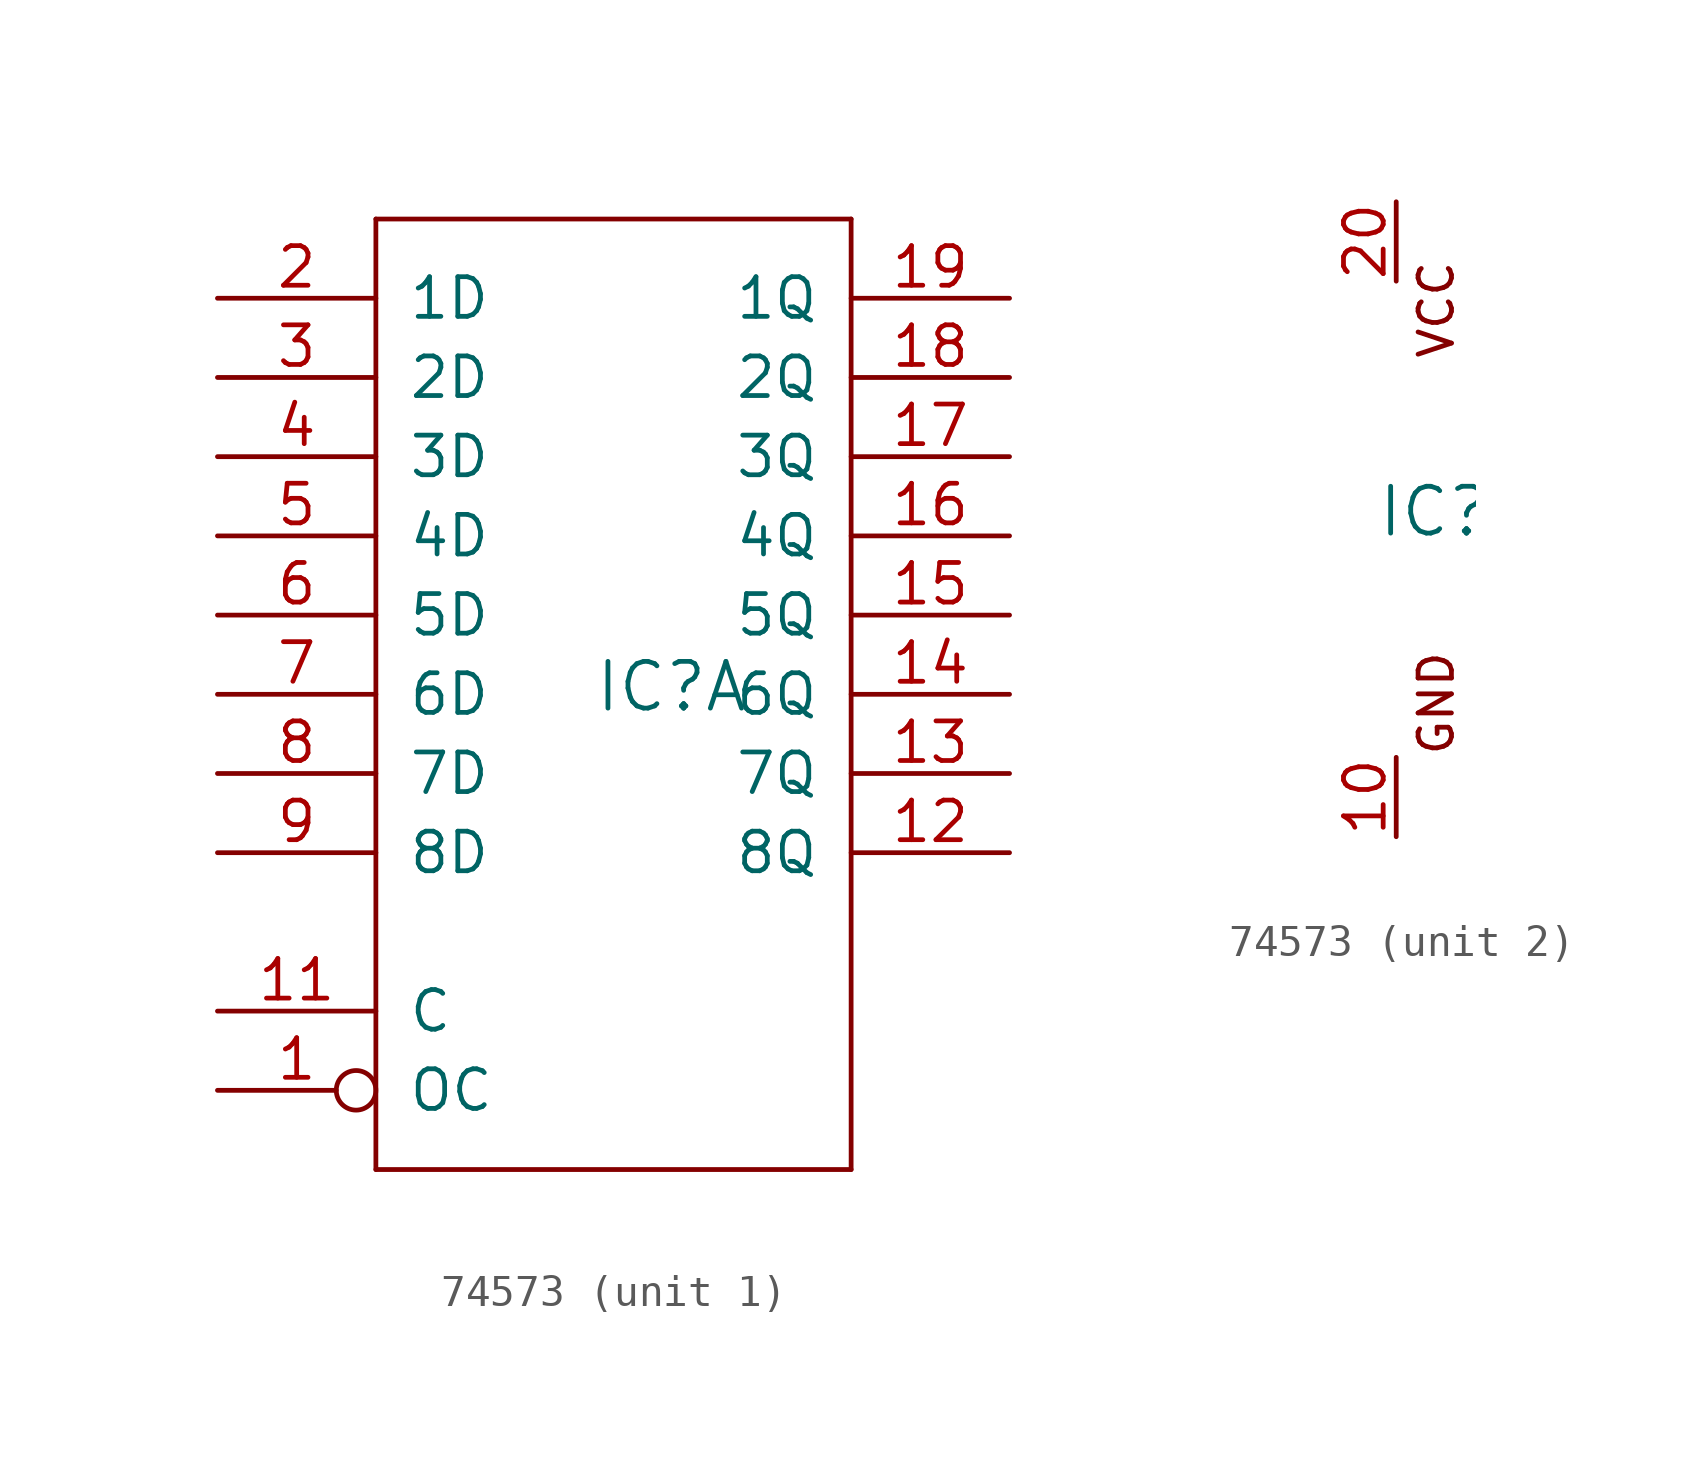
<source format=kicad_sym>
(kicad_symbol_lib
  (version 20211014)
  (generator kicad_symbol_editor)
  (symbol "74573"
    (pin_names
      (offset 1.016))
    (property "Reference" "IC"
      (at -0.635 -0.635 0)
      (effects (font (size 1.499 1.499)) (justify left bottom)))
    (property "ki_locked" ""
      (at 0 0 0)
      (effects (font (size 1.27 1.27))))
    (symbol "74573_1_0"
      (polyline (pts (xy -7.62 -15.24) (xy 7.62 -15.24)) (stroke (width 0) (type default) (color 0 0 0 0)) (fill (type none)))
      (polyline (pts (xy -7.62 15.24) (xy -7.62 -15.24)) (stroke (width 0) (type default) (color 0 0 0 0)) (fill (type none)))
      (polyline (pts (xy 7.62 -15.24) (xy 7.62 15.24)) (stroke (width 0) (type default) (color 0 0 0 0)) (fill (type none)))
      (polyline (pts (xy 7.62 15.24) (xy -7.62 15.24)) (stroke (width 0) (type default) (color 0 0 0 0)) (fill (type none)))
      (pin input inverted (at -12.7 -12.7 0) (length 5.08) (name "OC" (effects (font (size 1.27 1.27)))) (number "1" (effects (font (size 1.27 1.27)))))
      (pin input line (at -12.7 -10.16 0) (length 5.08) (name "C" (effects (font (size 1.27 1.27)))) (number "11" (effects (font (size 1.27 1.27)))))
      (pin tri_state line (at 12.7 -5.08 180) (length 5.08) (name "8Q" (effects (font (size 1.27 1.27)))) (number "12" (effects (font (size 1.27 1.27)))))
      (pin tri_state line (at 12.7 -2.54 180) (length 5.08) (name "7Q" (effects (font (size 1.27 1.27)))) (number "13" (effects (font (size 1.27 1.27)))))
      (pin tri_state line (at 12.7 0 180) (length 5.08) (name "6Q" (effects (font (size 1.27 1.27)))) (number "14" (effects (font (size 1.27 1.27)))))
      (pin tri_state line (at 12.7 2.54 180) (length 5.08) (name "5Q" (effects (font (size 1.27 1.27)))) (number "15" (effects (font (size 1.27 1.27)))))
      (pin tri_state line (at 12.7 5.08 180) (length 5.08) (name "4Q" (effects (font (size 1.27 1.27)))) (number "16" (effects (font (size 1.27 1.27)))))
      (pin tri_state line (at 12.7 7.62 180) (length 5.08) (name "3Q" (effects (font (size 1.27 1.27)))) (number "17" (effects (font (size 1.27 1.27)))))
      (pin tri_state line (at 12.7 10.16 180) (length 5.08) (name "2Q" (effects (font (size 1.27 1.27)))) (number "18" (effects (font (size 1.27 1.27)))))
      (pin tri_state line (at 12.7 12.7 180) (length 5.08) (name "1Q" (effects (font (size 1.27 1.27)))) (number "19" (effects (font (size 1.27 1.27)))))
      (pin input line (at -12.7 12.7 0) (length 5.08) (name "1D" (effects (font (size 1.27 1.27)))) (number "2" (effects (font (size 1.27 1.27)))))
      (pin input line (at -12.7 10.16 0) (length 5.08) (name "2D" (effects (font (size 1.27 1.27)))) (number "3" (effects (font (size 1.27 1.27)))))
      (pin input line (at -12.7 7.62 0) (length 5.08) (name "3D" (effects (font (size 1.27 1.27)))) (number "4" (effects (font (size 1.27 1.27)))))
      (pin input line (at -12.7 5.08 0) (length 5.08) (name "4D" (effects (font (size 1.27 1.27)))) (number "5" (effects (font (size 1.27 1.27)))))
      (pin input line (at -12.7 2.54 0) (length 5.08) (name "5D" (effects (font (size 1.27 1.27)))) (number "6" (effects (font (size 1.27 1.27)))))
      (pin input line (at -12.7 0 0) (length 5.08) (name "6D" (effects (font (size 1.27 1.27)))) (number "7" (effects (font (size 1.27 1.27)))))
      (pin input line (at -12.7 -2.54 0) (length 5.08) (name "7D" (effects (font (size 1.27 1.27)))) (number "8" (effects (font (size 1.27 1.27)))))
      (pin input line (at -12.7 -5.08 0) (length 5.08) (name "8D" (effects (font (size 1.27 1.27)))) (number "9" (effects (font (size 1.27 1.27))))))
    (symbol "74573_2_0"
      (text "GND" (at 1.905 -7.62 900) (effects (font (size 1.067 1.067)) (justify left bottom)))
      (text "VCC" (at 1.905 5.08 900) (effects (font (size 1.067 1.067)) (justify left bottom)))
      (pin power_in line (at 0 -10.16 90) (length 2.54) (name "GND" (effects (font (size 0 0)))) (number "10" (effects (font (size 1.27 1.27)))))
      (pin power_in line (at 0 10.16 270) (length 2.54) (name "VCC" (effects (font (size 0 0)))) (number "20" (effects (font (size 1.27 1.27))))))))
</source>
